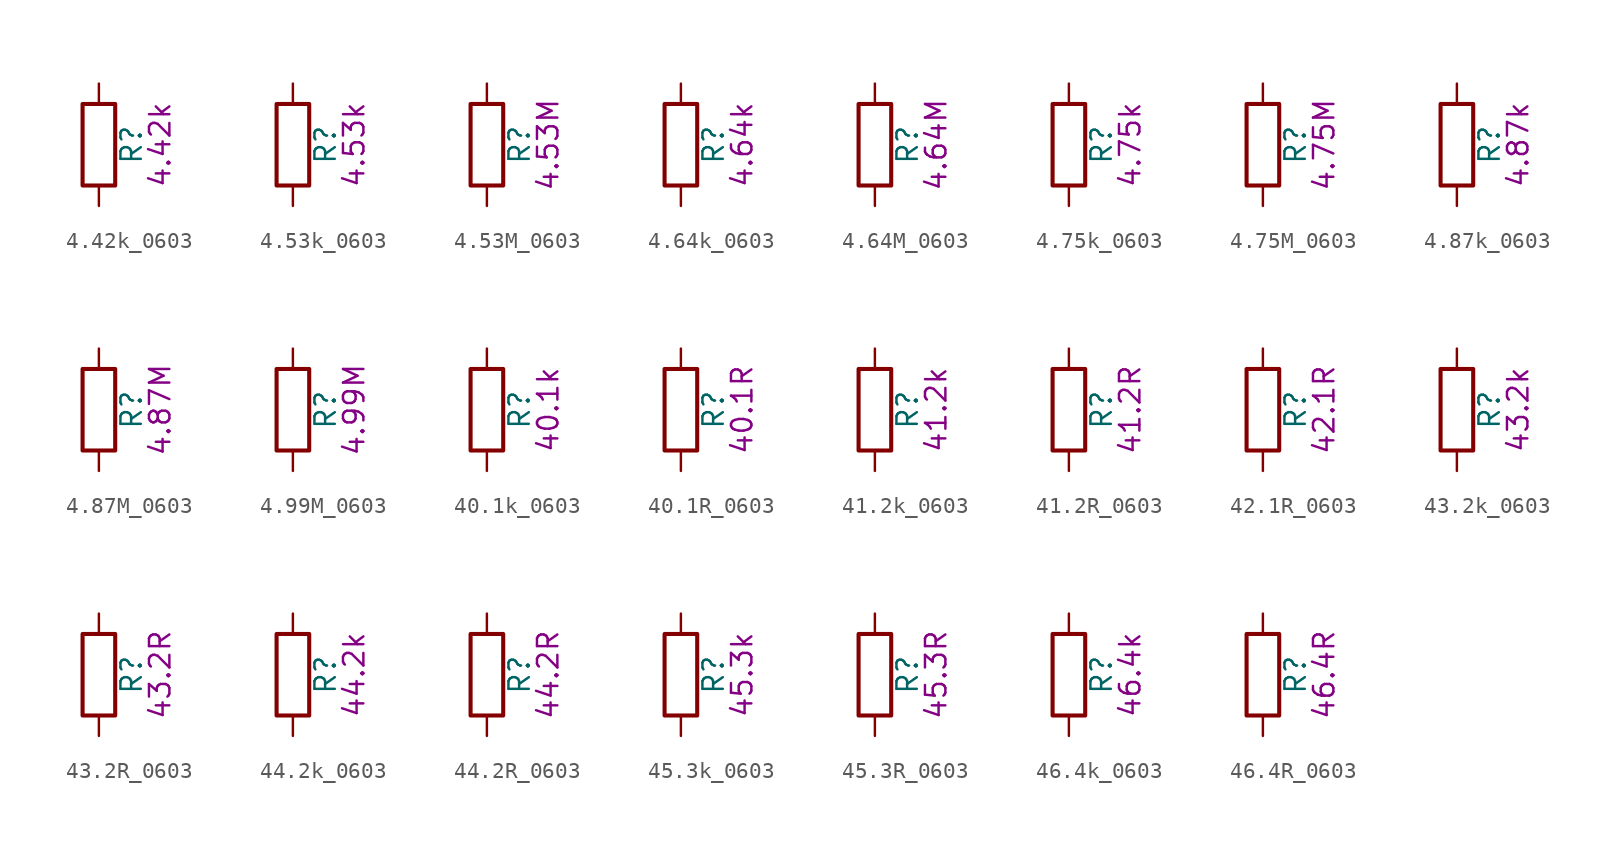
<source format=kicad_sym>
(kicad_symbol_lib
  (version 20211014)
  (generator kicad_symbol_editor)
  (symbol "4.42k_0603"
    (pin_numbers hide)
    (pin_names
      (offset 0))
    (property "Reference" "R"
      (at 2.032 0 90)
      (effects (font (size 1.27 1.27))))
    (property "Display" "4.42k"
      (at 3.81 0 90)
      (effects (font (size 1.27 1.27))))
    (symbol "4.42k_0603_0_1"
      (rectangle (start -1.016 -2.54) (end 1.016 2.54) (stroke (width 0.254) (type default) (color 0 0 0 0)) (fill (type none))))
    (symbol "4.42k_0603_1_1"
      (pin passive line (at 0 3.81 270) (length 1.27) (name "~" (effects (font (size 1.27 1.27)))) (number "1" (effects (font (size 1.27 1.27)))))
      (pin passive line (at 0 -3.81 90) (length 1.27) (name "~" (effects (font (size 1.27 1.27)))) (number "2" (effects (font (size 1.27 1.27)))))))
  (symbol "4.53k_0603"
    (pin_numbers hide)
    (pin_names
      (offset 0))
    (property "Reference" "R"
      (at 2.032 0 90)
      (effects (font (size 1.27 1.27))))
    (property "Display" "4.53k"
      (at 3.81 0 90)
      (effects (font (size 1.27 1.27))))
    (symbol "4.53k_0603_0_1"
      (rectangle (start -1.016 -2.54) (end 1.016 2.54) (stroke (width 0.254) (type default) (color 0 0 0 0)) (fill (type none))))
    (symbol "4.53k_0603_1_1"
      (pin passive line (at 0 3.81 270) (length 1.27) (name "~" (effects (font (size 1.27 1.27)))) (number "1" (effects (font (size 1.27 1.27)))))
      (pin passive line (at 0 -3.81 90) (length 1.27) (name "~" (effects (font (size 1.27 1.27)))) (number "2" (effects (font (size 1.27 1.27)))))))
  (symbol "4.53M_0603"
    (pin_numbers hide)
    (pin_names
      (offset 0))
    (property "Reference" "R"
      (at 2.032 0 90)
      (effects (font (size 1.27 1.27))))
    (property "Display" "4.53M"
      (at 3.81 0 90)
      (effects (font (size 1.27 1.27))))
    (symbol "4.53M_0603_0_1"
      (rectangle (start -1.016 -2.54) (end 1.016 2.54) (stroke (width 0.254) (type default) (color 0 0 0 0)) (fill (type none))))
    (symbol "4.53M_0603_1_1"
      (pin passive line (at 0 3.81 270) (length 1.27) (name "~" (effects (font (size 1.27 1.27)))) (number "1" (effects (font (size 1.27 1.27)))))
      (pin passive line (at 0 -3.81 90) (length 1.27) (name "~" (effects (font (size 1.27 1.27)))) (number "2" (effects (font (size 1.27 1.27)))))))
  (symbol "4.64k_0603"
    (pin_numbers hide)
    (pin_names
      (offset 0))
    (property "Reference" "R"
      (at 2.032 0 90)
      (effects (font (size 1.27 1.27))))
    (property "Display" "4.64k"
      (at 3.81 0 90)
      (effects (font (size 1.27 1.27))))
    (symbol "4.64k_0603_0_1"
      (rectangle (start -1.016 -2.54) (end 1.016 2.54) (stroke (width 0.254) (type default) (color 0 0 0 0)) (fill (type none))))
    (symbol "4.64k_0603_1_1"
      (pin passive line (at 0 3.81 270) (length 1.27) (name "~" (effects (font (size 1.27 1.27)))) (number "1" (effects (font (size 1.27 1.27)))))
      (pin passive line (at 0 -3.81 90) (length 1.27) (name "~" (effects (font (size 1.27 1.27)))) (number "2" (effects (font (size 1.27 1.27)))))))
  (symbol "4.64M_0603"
    (pin_numbers hide)
    (pin_names
      (offset 0))
    (property "Reference" "R"
      (at 2.032 0 90)
      (effects (font (size 1.27 1.27))))
    (property "Display" "4.64M"
      (at 3.81 0 90)
      (effects (font (size 1.27 1.27))))
    (symbol "4.64M_0603_0_1"
      (rectangle (start -1.016 -2.54) (end 1.016 2.54) (stroke (width 0.254) (type default) (color 0 0 0 0)) (fill (type none))))
    (symbol "4.64M_0603_1_1"
      (pin passive line (at 0 3.81 270) (length 1.27) (name "~" (effects (font (size 1.27 1.27)))) (number "1" (effects (font (size 1.27 1.27)))))
      (pin passive line (at 0 -3.81 90) (length 1.27) (name "~" (effects (font (size 1.27 1.27)))) (number "2" (effects (font (size 1.27 1.27)))))))
  (symbol "4.75k_0603"
    (pin_numbers hide)
    (pin_names
      (offset 0))
    (property "Reference" "R"
      (at 2.032 0 90)
      (effects (font (size 1.27 1.27))))
    (property "Display" "4.75k"
      (at 3.81 0 90)
      (effects (font (size 1.27 1.27))))
    (symbol "4.75k_0603_0_1"
      (rectangle (start -1.016 -2.54) (end 1.016 2.54) (stroke (width 0.254) (type default) (color 0 0 0 0)) (fill (type none))))
    (symbol "4.75k_0603_1_1"
      (pin passive line (at 0 3.81 270) (length 1.27) (name "~" (effects (font (size 1.27 1.27)))) (number "1" (effects (font (size 1.27 1.27)))))
      (pin passive line (at 0 -3.81 90) (length 1.27) (name "~" (effects (font (size 1.27 1.27)))) (number "2" (effects (font (size 1.27 1.27)))))))
  (symbol "4.75M_0603"
    (pin_numbers hide)
    (pin_names
      (offset 0))
    (property "Reference" "R"
      (at 2.032 0 90)
      (effects (font (size 1.27 1.27))))
    (property "Display" "4.75M"
      (at 3.81 0 90)
      (effects (font (size 1.27 1.27))))
    (symbol "4.75M_0603_0_1"
      (rectangle (start -1.016 -2.54) (end 1.016 2.54) (stroke (width 0.254) (type default) (color 0 0 0 0)) (fill (type none))))
    (symbol "4.75M_0603_1_1"
      (pin passive line (at 0 3.81 270) (length 1.27) (name "~" (effects (font (size 1.27 1.27)))) (number "1" (effects (font (size 1.27 1.27)))))
      (pin passive line (at 0 -3.81 90) (length 1.27) (name "~" (effects (font (size 1.27 1.27)))) (number "2" (effects (font (size 1.27 1.27)))))))
  (symbol "4.87k_0603"
    (pin_numbers hide)
    (pin_names
      (offset 0))
    (property "Reference" "R"
      (at 2.032 0 90)
      (effects (font (size 1.27 1.27))))
    (property "Display" "4.87k"
      (at 3.81 0 90)
      (effects (font (size 1.27 1.27))))
    (symbol "4.87k_0603_0_1"
      (rectangle (start -1.016 -2.54) (end 1.016 2.54) (stroke (width 0.254) (type default) (color 0 0 0 0)) (fill (type none))))
    (symbol "4.87k_0603_1_1"
      (pin passive line (at 0 3.81 270) (length 1.27) (name "~" (effects (font (size 1.27 1.27)))) (number "1" (effects (font (size 1.27 1.27)))))
      (pin passive line (at 0 -3.81 90) (length 1.27) (name "~" (effects (font (size 1.27 1.27)))) (number "2" (effects (font (size 1.27 1.27)))))))
  (symbol "4.87M_0603"
    (pin_numbers hide)
    (pin_names
      (offset 0))
    (property "Reference" "R"
      (at 2.032 0 90)
      (effects (font (size 1.27 1.27))))
    (property "Display" "4.87M"
      (at 3.81 0 90)
      (effects (font (size 1.27 1.27))))
    (symbol "4.87M_0603_0_1"
      (rectangle (start -1.016 -2.54) (end 1.016 2.54) (stroke (width 0.254) (type default) (color 0 0 0 0)) (fill (type none))))
    (symbol "4.87M_0603_1_1"
      (pin passive line (at 0 3.81 270) (length 1.27) (name "~" (effects (font (size 1.27 1.27)))) (number "1" (effects (font (size 1.27 1.27)))))
      (pin passive line (at 0 -3.81 90) (length 1.27) (name "~" (effects (font (size 1.27 1.27)))) (number "2" (effects (font (size 1.27 1.27)))))))
  (symbol "4.99M_0603"
    (pin_numbers hide)
    (pin_names
      (offset 0))
    (property "Reference" "R"
      (at 2.032 0 90)
      (effects (font (size 1.27 1.27))))
    (property "Display" "4.99M"
      (at 3.81 0 90)
      (effects (font (size 1.27 1.27))))
    (symbol "4.99M_0603_0_1"
      (rectangle (start -1.016 -2.54) (end 1.016 2.54) (stroke (width 0.254) (type default) (color 0 0 0 0)) (fill (type none))))
    (symbol "4.99M_0603_1_1"
      (pin passive line (at 0 3.81 270) (length 1.27) (name "~" (effects (font (size 1.27 1.27)))) (number "1" (effects (font (size 1.27 1.27)))))
      (pin passive line (at 0 -3.81 90) (length 1.27) (name "~" (effects (font (size 1.27 1.27)))) (number "2" (effects (font (size 1.27 1.27)))))))
  (symbol "40.1k_0603"
    (pin_numbers hide)
    (pin_names
      (offset 0))
    (property "Reference" "R"
      (at 2.032 0 90)
      (effects (font (size 1.27 1.27))))
    (property "Display" "40.1k"
      (at 3.81 0 90)
      (effects (font (size 1.27 1.27))))
    (symbol "40.1k_0603_0_1"
      (rectangle (start -1.016 -2.54) (end 1.016 2.54) (stroke (width 0.254) (type default) (color 0 0 0 0)) (fill (type none))))
    (symbol "40.1k_0603_1_1"
      (pin passive line (at 0 3.81 270) (length 1.27) (name "~" (effects (font (size 1.27 1.27)))) (number "1" (effects (font (size 1.27 1.27)))))
      (pin passive line (at 0 -3.81 90) (length 1.27) (name "~" (effects (font (size 1.27 1.27)))) (number "2" (effects (font (size 1.27 1.27)))))))
  (symbol "40.1R_0603"
    (pin_numbers hide)
    (pin_names
      (offset 0))
    (property "Reference" "R"
      (at 2.032 0 90)
      (effects (font (size 1.27 1.27))))
    (property "Display" "40.1R"
      (at 3.81 0 90)
      (effects (font (size 1.27 1.27))))
    (symbol "40.1R_0603_0_1"
      (rectangle (start -1.016 -2.54) (end 1.016 2.54) (stroke (width 0.254) (type default) (color 0 0 0 0)) (fill (type none))))
    (symbol "40.1R_0603_1_1"
      (pin passive line (at 0 3.81 270) (length 1.27) (name "~" (effects (font (size 1.27 1.27)))) (number "1" (effects (font (size 1.27 1.27)))))
      (pin passive line (at 0 -3.81 90) (length 1.27) (name "~" (effects (font (size 1.27 1.27)))) (number "2" (effects (font (size 1.27 1.27)))))))
  (symbol "41.2k_0603"
    (pin_numbers hide)
    (pin_names
      (offset 0))
    (property "Reference" "R"
      (at 2.032 0 90)
      (effects (font (size 1.27 1.27))))
    (property "Display" "41.2k"
      (at 3.81 0 90)
      (effects (font (size 1.27 1.27))))
    (symbol "41.2k_0603_0_1"
      (rectangle (start -1.016 -2.54) (end 1.016 2.54) (stroke (width 0.254) (type default) (color 0 0 0 0)) (fill (type none))))
    (symbol "41.2k_0603_1_1"
      (pin passive line (at 0 3.81 270) (length 1.27) (name "~" (effects (font (size 1.27 1.27)))) (number "1" (effects (font (size 1.27 1.27)))))
      (pin passive line (at 0 -3.81 90) (length 1.27) (name "~" (effects (font (size 1.27 1.27)))) (number "2" (effects (font (size 1.27 1.27)))))))
  (symbol "41.2R_0603"
    (pin_numbers hide)
    (pin_names
      (offset 0))
    (property "Reference" "R"
      (at 2.032 0 90)
      (effects (font (size 1.27 1.27))))
    (property "Display" "41.2R"
      (at 3.81 0 90)
      (effects (font (size 1.27 1.27))))
    (symbol "41.2R_0603_0_1"
      (rectangle (start -1.016 -2.54) (end 1.016 2.54) (stroke (width 0.254) (type default) (color 0 0 0 0)) (fill (type none))))
    (symbol "41.2R_0603_1_1"
      (pin passive line (at 0 3.81 270) (length 1.27) (name "~" (effects (font (size 1.27 1.27)))) (number "1" (effects (font (size 1.27 1.27)))))
      (pin passive line (at 0 -3.81 90) (length 1.27) (name "~" (effects (font (size 1.27 1.27)))) (number "2" (effects (font (size 1.27 1.27)))))))
  (symbol "42.1R_0603"
    (pin_numbers hide)
    (pin_names
      (offset 0))
    (property "Reference" "R"
      (at 2.032 0 90)
      (effects (font (size 1.27 1.27))))
    (property "Display" "42.1R"
      (at 3.81 0 90)
      (effects (font (size 1.27 1.27))))
    (symbol "42.1R_0603_0_1"
      (rectangle (start -1.016 -2.54) (end 1.016 2.54) (stroke (width 0.254) (type default) (color 0 0 0 0)) (fill (type none))))
    (symbol "42.1R_0603_1_1"
      (pin passive line (at 0 3.81 270) (length 1.27) (name "~" (effects (font (size 1.27 1.27)))) (number "1" (effects (font (size 1.27 1.27)))))
      (pin passive line (at 0 -3.81 90) (length 1.27) (name "~" (effects (font (size 1.27 1.27)))) (number "2" (effects (font (size 1.27 1.27)))))))
  (symbol "43.2k_0603"
    (pin_numbers hide)
    (pin_names
      (offset 0))
    (property "Reference" "R"
      (at 2.032 0 90)
      (effects (font (size 1.27 1.27))))
    (property "Display" "43.2k"
      (at 3.81 0 90)
      (effects (font (size 1.27 1.27))))
    (symbol "43.2k_0603_0_1"
      (rectangle (start -1.016 -2.54) (end 1.016 2.54) (stroke (width 0.254) (type default) (color 0 0 0 0)) (fill (type none))))
    (symbol "43.2k_0603_1_1"
      (pin passive line (at 0 3.81 270) (length 1.27) (name "~" (effects (font (size 1.27 1.27)))) (number "1" (effects (font (size 1.27 1.27)))))
      (pin passive line (at 0 -3.81 90) (length 1.27) (name "~" (effects (font (size 1.27 1.27)))) (number "2" (effects (font (size 1.27 1.27)))))))
  (symbol "43.2R_0603"
    (pin_numbers hide)
    (pin_names
      (offset 0))
    (property "Reference" "R"
      (at 2.032 0 90)
      (effects (font (size 1.27 1.27))))
    (property "Display" "43.2R"
      (at 3.81 0 90)
      (effects (font (size 1.27 1.27))))
    (symbol "43.2R_0603_0_1"
      (rectangle (start -1.016 -2.54) (end 1.016 2.54) (stroke (width 0.254) (type default) (color 0 0 0 0)) (fill (type none))))
    (symbol "43.2R_0603_1_1"
      (pin passive line (at 0 3.81 270) (length 1.27) (name "~" (effects (font (size 1.27 1.27)))) (number "1" (effects (font (size 1.27 1.27)))))
      (pin passive line (at 0 -3.81 90) (length 1.27) (name "~" (effects (font (size 1.27 1.27)))) (number "2" (effects (font (size 1.27 1.27)))))))
  (symbol "44.2k_0603"
    (pin_numbers hide)
    (pin_names
      (offset 0))
    (property "Reference" "R"
      (at 2.032 0 90)
      (effects (font (size 1.27 1.27))))
    (property "Display" "44.2k"
      (at 3.81 0 90)
      (effects (font (size 1.27 1.27))))
    (symbol "44.2k_0603_0_1"
      (rectangle (start -1.016 -2.54) (end 1.016 2.54) (stroke (width 0.254) (type default) (color 0 0 0 0)) (fill (type none))))
    (symbol "44.2k_0603_1_1"
      (pin passive line (at 0 3.81 270) (length 1.27) (name "~" (effects (font (size 1.27 1.27)))) (number "1" (effects (font (size 1.27 1.27)))))
      (pin passive line (at 0 -3.81 90) (length 1.27) (name "~" (effects (font (size 1.27 1.27)))) (number "2" (effects (font (size 1.27 1.27)))))))
  (symbol "44.2R_0603"
    (pin_numbers hide)
    (pin_names
      (offset 0))
    (property "Reference" "R"
      (at 2.032 0 90)
      (effects (font (size 1.27 1.27))))
    (property "Display" "44.2R"
      (at 3.81 0 90)
      (effects (font (size 1.27 1.27))))
    (symbol "44.2R_0603_0_1"
      (rectangle (start -1.016 -2.54) (end 1.016 2.54) (stroke (width 0.254) (type default) (color 0 0 0 0)) (fill (type none))))
    (symbol "44.2R_0603_1_1"
      (pin passive line (at 0 3.81 270) (length 1.27) (name "~" (effects (font (size 1.27 1.27)))) (number "1" (effects (font (size 1.27 1.27)))))
      (pin passive line (at 0 -3.81 90) (length 1.27) (name "~" (effects (font (size 1.27 1.27)))) (number "2" (effects (font (size 1.27 1.27)))))))
  (symbol "45.3k_0603"
    (pin_numbers hide)
    (pin_names
      (offset 0))
    (property "Reference" "R"
      (at 2.032 0 90)
      (effects (font (size 1.27 1.27))))
    (property "Display" "45.3k"
      (at 3.81 0 90)
      (effects (font (size 1.27 1.27))))
    (symbol "45.3k_0603_0_1"
      (rectangle (start -1.016 -2.54) (end 1.016 2.54) (stroke (width 0.254) (type default) (color 0 0 0 0)) (fill (type none))))
    (symbol "45.3k_0603_1_1"
      (pin passive line (at 0 3.81 270) (length 1.27) (name "~" (effects (font (size 1.27 1.27)))) (number "1" (effects (font (size 1.27 1.27)))))
      (pin passive line (at 0 -3.81 90) (length 1.27) (name "~" (effects (font (size 1.27 1.27)))) (number "2" (effects (font (size 1.27 1.27)))))))
  (symbol "45.3R_0603"
    (pin_numbers hide)
    (pin_names
      (offset 0))
    (property "Reference" "R"
      (at 2.032 0 90)
      (effects (font (size 1.27 1.27))))
    (property "Display" "45.3R"
      (at 3.81 0 90)
      (effects (font (size 1.27 1.27))))
    (symbol "45.3R_0603_0_1"
      (rectangle (start -1.016 -2.54) (end 1.016 2.54) (stroke (width 0.254) (type default) (color 0 0 0 0)) (fill (type none))))
    (symbol "45.3R_0603_1_1"
      (pin passive line (at 0 3.81 270) (length 1.27) (name "~" (effects (font (size 1.27 1.27)))) (number "1" (effects (font (size 1.27 1.27)))))
      (pin passive line (at 0 -3.81 90) (length 1.27) (name "~" (effects (font (size 1.27 1.27)))) (number "2" (effects (font (size 1.27 1.27)))))))
  (symbol "46.4k_0603"
    (pin_numbers hide)
    (pin_names
      (offset 0))
    (property "Reference" "R"
      (at 2.032 0 90)
      (effects (font (size 1.27 1.27))))
    (property "Display" "46.4k"
      (at 3.81 0 90)
      (effects (font (size 1.27 1.27))))
    (symbol "46.4k_0603_0_1"
      (rectangle (start -1.016 -2.54) (end 1.016 2.54) (stroke (width 0.254) (type default) (color 0 0 0 0)) (fill (type none))))
    (symbol "46.4k_0603_1_1"
      (pin passive line (at 0 3.81 270) (length 1.27) (name "~" (effects (font (size 1.27 1.27)))) (number "1" (effects (font (size 1.27 1.27)))))
      (pin passive line (at 0 -3.81 90) (length 1.27) (name "~" (effects (font (size 1.27 1.27)))) (number "2" (effects (font (size 1.27 1.27)))))))
  (symbol "46.4R_0603"
    (pin_numbers hide)
    (pin_names
      (offset 0))
    (property "Reference" "R"
      (at 2.032 0 90)
      (effects (font (size 1.27 1.27))))
    (property "Display" "46.4R"
      (at 3.81 0 90)
      (effects (font (size 1.27 1.27))))
    (symbol "46.4R_0603_0_1"
      (rectangle (start -1.016 -2.54) (end 1.016 2.54) (stroke (width 0.254) (type default) (color 0 0 0 0)) (fill (type none))))
    (symbol "46.4R_0603_1_1"
      (pin passive line (at 0 3.81 270) (length 1.27) (name "~" (effects (font (size 1.27 1.27)))) (number "1" (effects (font (size 1.27 1.27)))))
      (pin passive line (at 0 -3.81 90) (length 1.27) (name "~" (effects (font (size 1.27 1.27)))) (number "2" (effects (font (size 1.27 1.27))))))))
</source>
